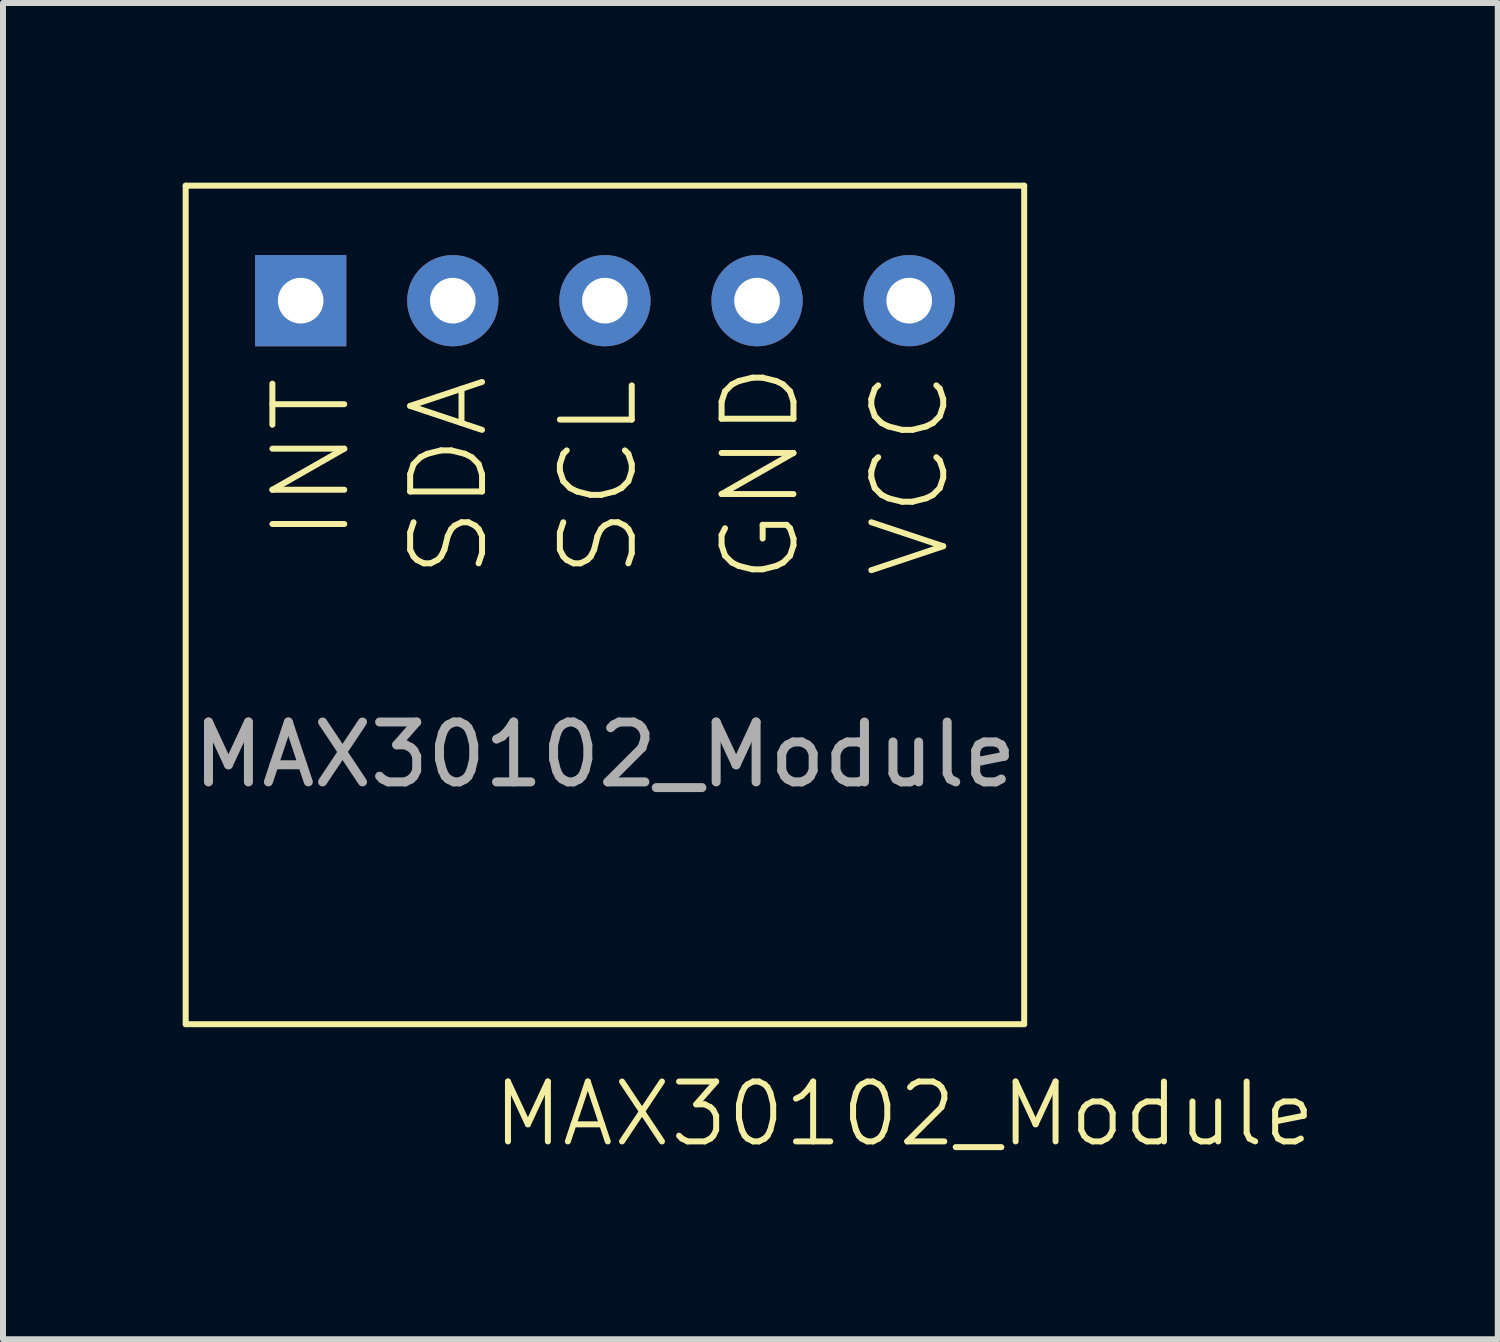
<source format=kicad_pcb>
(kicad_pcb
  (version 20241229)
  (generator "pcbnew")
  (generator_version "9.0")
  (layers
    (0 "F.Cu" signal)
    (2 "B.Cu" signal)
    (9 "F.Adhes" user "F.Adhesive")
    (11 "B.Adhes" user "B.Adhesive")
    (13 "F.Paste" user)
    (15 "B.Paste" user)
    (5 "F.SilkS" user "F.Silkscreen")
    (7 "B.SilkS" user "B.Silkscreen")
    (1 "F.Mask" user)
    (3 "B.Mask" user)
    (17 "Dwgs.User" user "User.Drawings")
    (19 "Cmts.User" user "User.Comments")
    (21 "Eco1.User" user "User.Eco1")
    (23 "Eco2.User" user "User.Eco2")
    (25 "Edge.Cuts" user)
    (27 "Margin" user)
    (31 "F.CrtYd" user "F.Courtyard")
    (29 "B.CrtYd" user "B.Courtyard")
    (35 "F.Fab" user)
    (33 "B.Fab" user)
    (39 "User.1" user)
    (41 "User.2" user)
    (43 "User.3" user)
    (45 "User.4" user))
  (footprint "MAX30102_Module"
    (layer "F.Cu")
    (at 7.05 7.05)
    (property "Reference" "MAX30102_Module" (at 5 8.5 0) (unlocked yes) (layer "F.SilkS") (effects (font (size 1 1) (thickness 0.1))))
    (attr smd)
    (fp_line (start -7 -7) (end 7 -7) (stroke (width 0.1) (type default)) (layer "F.SilkS"))
    (fp_line (start -7 7) (end -7 -7) (stroke (width 0.1) (type default)) (layer "F.SilkS"))
    (fp_line (start 7 -7) (end 7 7) (stroke (width 0.1) (type default)) (layer "F.SilkS"))
    (fp_line (start 7 7) (end -7 7) (stroke (width 0.1) (type default)) (layer "F.SilkS"))
    (fp_text user "SDA" (at -1.9 -0.4 90) (unlocked yes) (layer "F.SilkS") (effects (font (size 1.2 1.2) (thickness 0.1)) (justify left bottom)))
    (fp_text user "SCL" (at 0.6 -0.4 90) (unlocked yes) (layer "F.SilkS") (effects (font (size 1.2 1.2) (thickness 0.1)) (justify left bottom)))
    (fp_text user "VCC" (at 5.8 -0.4 90) (unlocked yes) (layer "F.SilkS") (effects (font (size 1.2 1.2) (thickness 0.1)) (justify left bottom)))
    (fp_text user "GND" (at 3.3 -0.3 90) (unlocked yes) (layer "F.SilkS") (effects (font (size 1.2 1.2) (thickness 0.1)) (justify left bottom)))
    (fp_text user "INT" (at -4.2 -1 90) (unlocked yes) (layer "F.SilkS") (effects (font (size 1.2 1.2) (thickness 0.1)) (justify left bottom)))
    (fp_text user "${REFERENCE}" (at 0 2.5 0) (unlocked yes) (layer "F.Fab") (effects (font (size 1 1) (thickness 0.15))))
    (pad "1" thru_hole rect (at -5.08 -5.08 90) (size 1.524 1.524) (drill 0.762) (layers "*.Cu" "*.Mask"))
    (pad "2" thru_hole circle (at -2.54 -5.08 90) (size 1.524 1.524) (drill 0.762) (layers "*.Cu" "*.Mask"))
    (pad "3" thru_hole circle (at 0 -5.08 90) (size 1.524 1.524) (drill 0.762) (layers "*.Cu" "*.Mask"))
    (pad "4" thru_hole circle (at 2.54 -5.08 90) (size 1.524 1.524) (drill 0.762) (layers "*.Cu" "*.Mask"))
    (pad "5" thru_hole circle (at 5.08 -5.08 90) (size 1.524 1.524) (drill 0.762) (layers "*.Cu" "*.Mask"))
    (zone (net_name "") (layer "F.SilkS") (hatch edge 0.5) (connect_pads) (min_thickness 0.25) (filled_areas_thickness no) (keepout (tracks allowed) (vias allowed) (pads not_allowed) (copperpour allowed) (footprints not_allowed)) (placement (enabled no)) (fill) (polygon (pts (xy 0.05 0.05) (xy 14.05 0.05) (xy 14.05 14.05) (xy 0.05 14.05)))))
  (gr_rect
    (start -3 -3)
    (end 21.957 19.311)
    (stroke (width 0.1) (type default))
    (fill no)
    (layer "Edge.Cuts")))
</source>
